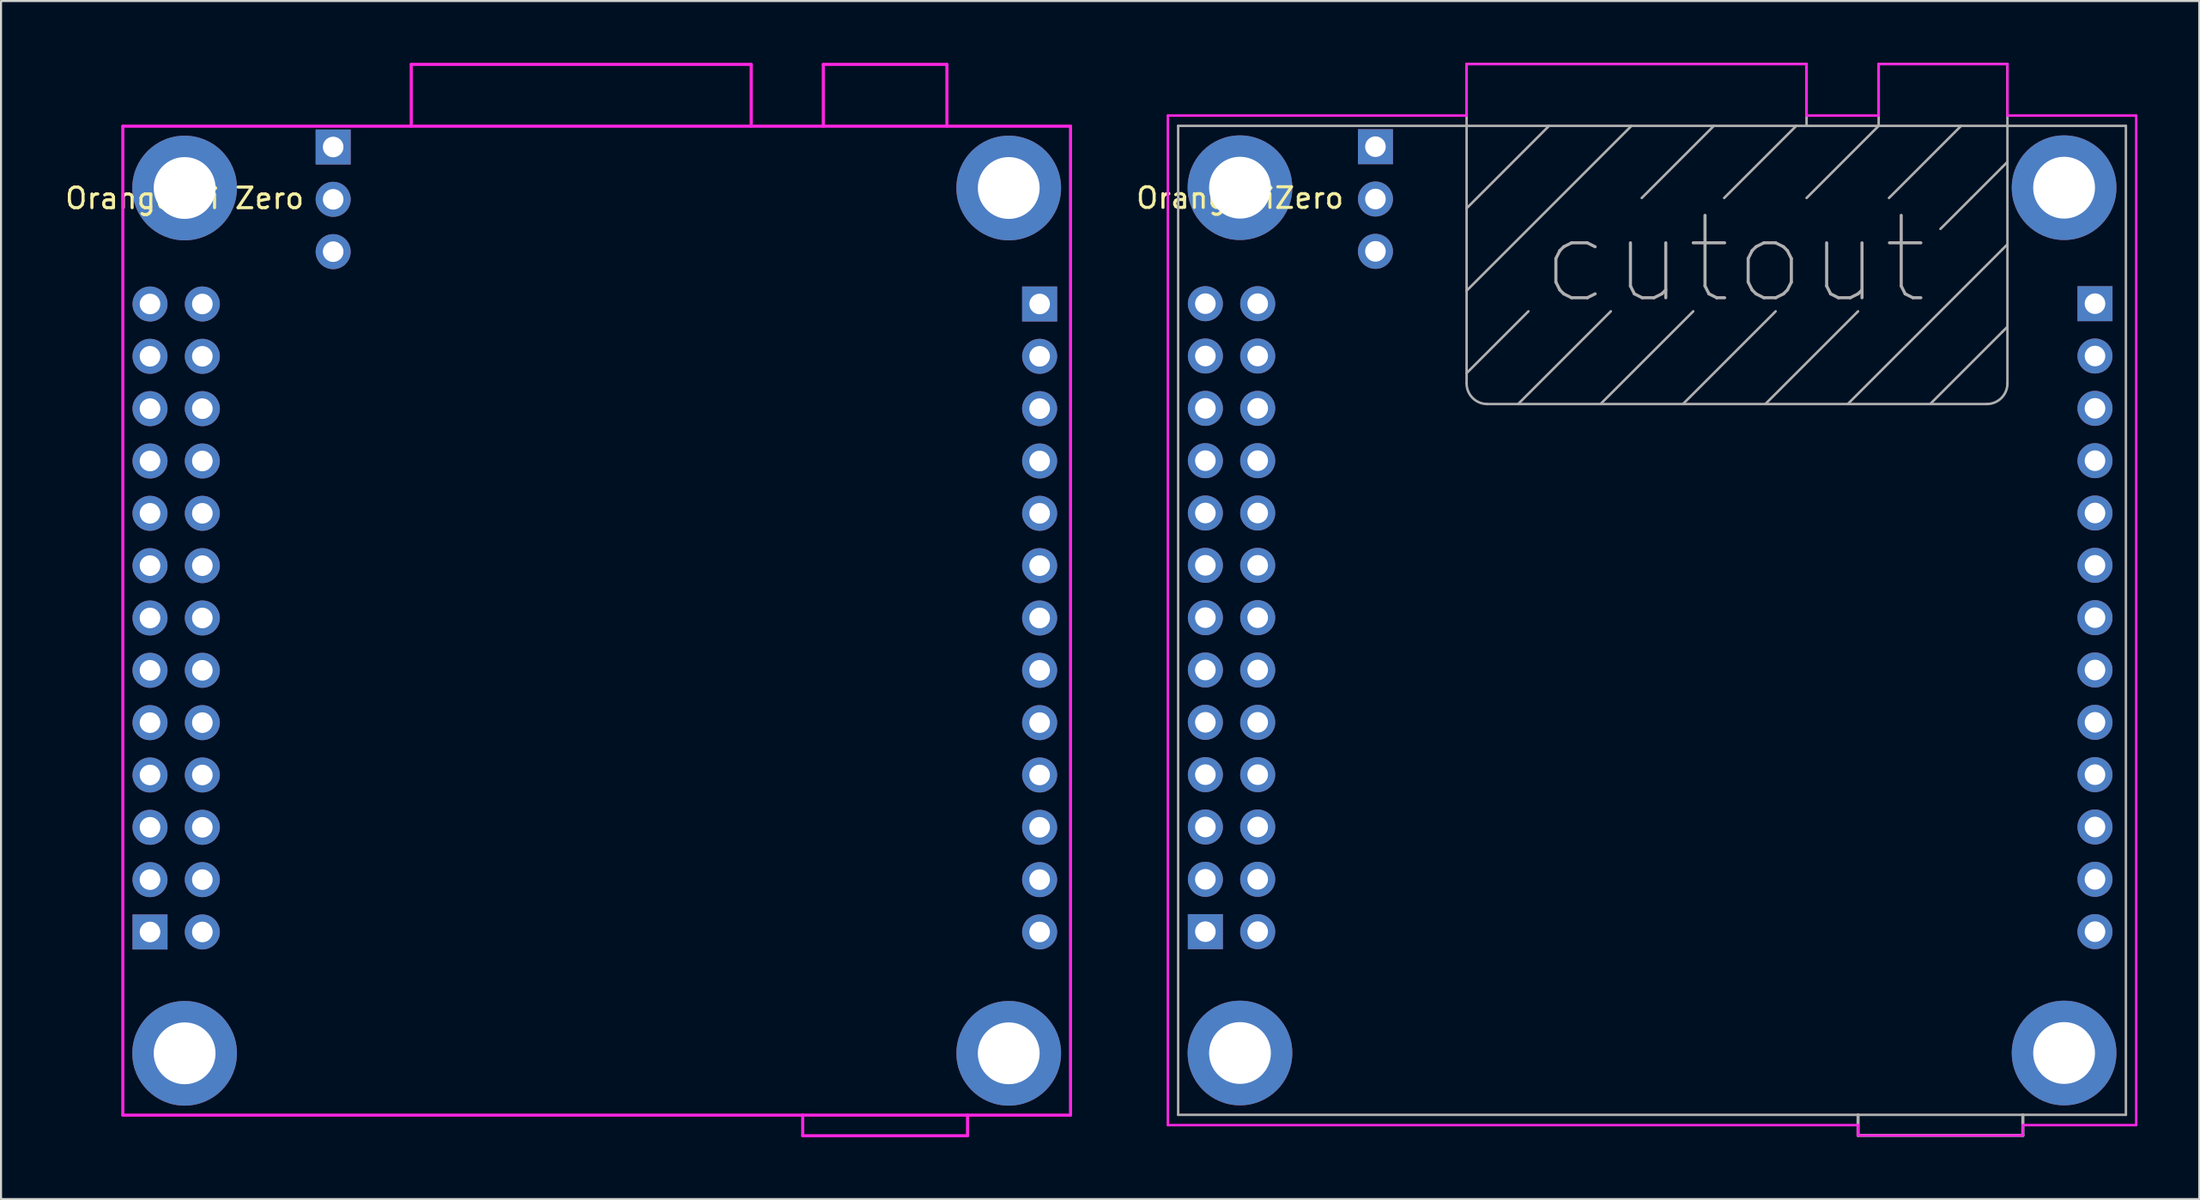
<source format=kicad_pcb>
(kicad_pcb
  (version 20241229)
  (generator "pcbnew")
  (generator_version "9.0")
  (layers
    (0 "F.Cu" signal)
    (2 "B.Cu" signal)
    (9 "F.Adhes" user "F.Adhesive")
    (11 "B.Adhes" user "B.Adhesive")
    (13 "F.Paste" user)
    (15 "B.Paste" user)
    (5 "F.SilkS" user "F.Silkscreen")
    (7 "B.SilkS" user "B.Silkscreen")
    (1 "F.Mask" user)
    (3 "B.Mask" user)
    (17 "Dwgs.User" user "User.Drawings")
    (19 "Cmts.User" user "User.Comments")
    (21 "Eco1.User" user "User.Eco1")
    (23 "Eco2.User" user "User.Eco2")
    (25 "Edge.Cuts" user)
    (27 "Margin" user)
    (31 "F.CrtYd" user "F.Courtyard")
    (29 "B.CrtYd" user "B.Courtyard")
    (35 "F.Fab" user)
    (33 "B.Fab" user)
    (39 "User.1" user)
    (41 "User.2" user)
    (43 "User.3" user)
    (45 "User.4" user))
  (footprint "OrangePiZero"
    (layer "F.Cu")
    (at 98.635 51.06)
    (property "Reference" "OrangePiZero" (at -41.5 -44.5 0) (layer "F.SilkS") (effects (font (size 1 1) (thickness 0.15))))
    (attr through_hole)
    (fp_line (start -45 -48.5) (end -45 0.5) (stroke (width 0.12) (type solid)) (layer "F.CrtYd"))
    (fp_line (start -45 0.5) (end -11.5 0.5) (stroke (width 0.12) (type solid)) (layer "F.CrtYd"))
    (fp_line (start -30.5 -51) (end -30.5 -48.5) (stroke (width 0.12) (type solid)) (layer "F.CrtYd"))
    (fp_line (start -30.5 -48.5) (end -45 -48.5) (stroke (width 0.12) (type solid)) (layer "F.CrtYd"))
    (fp_line (start -14 -51) (end -30.5 -51) (stroke (width 0.12) (type solid)) (layer "F.CrtYd"))
    (fp_line (start -14 -48.5) (end -14 -51) (stroke (width 0.12) (type solid)) (layer "F.CrtYd"))
    (fp_line (start -11.5 0.5) (end -11.5 1) (stroke (width 0.12) (type solid)) (layer "F.CrtYd"))
    (fp_line (start -11.5 1) (end -3.5 1) (stroke (width 0.12) (type solid)) (layer "F.CrtYd"))
    (fp_line (start -10.5 -51) (end -10.5 -48.5) (stroke (width 0.12) (type solid)) (layer "F.CrtYd"))
    (fp_line (start -10.5 -48.5) (end -14 -48.5) (stroke (width 0.12) (type solid)) (layer "F.CrtYd"))
    (fp_line (start -4.25 -51) (end -10.5 -51) (stroke (width 0.12) (type solid)) (layer "F.CrtYd"))
    (fp_line (start -4.25 -48.5) (end -4.25 -51) (stroke (width 0.12) (type solid)) (layer "F.CrtYd"))
    (fp_line (start -3.5 0.5) (end 2 0.5) (stroke (width 0.12) (type solid)) (layer "F.CrtYd"))
    (fp_line (start -3.5 1) (end -3.5 0.5) (stroke (width 0.12) (type solid)) (layer "F.CrtYd"))
    (fp_line (start 2 -48.5) (end -4.25 -48.5) (stroke (width 0.12) (type solid)) (layer "F.CrtYd"))
    (fp_line (start 2 0.5) (end 2 -48.5) (stroke (width 0.12) (type solid)) (layer "F.CrtYd"))
    (fp_line (start -44.5 -48) (end -44.5 0) (stroke (width 0.12) (type solid)) (layer "F.Fab"))
    (fp_line (start -44.5 0) (end 1.5 0) (stroke (width 0.12) (type solid)) (layer "F.Fab"))
    (fp_line (start -30.5 -51) (end -30.5 -48) (stroke (width 0.12) (type solid)) (layer "F.Fab"))
    (fp_line (start -30.5 -48) (end -30.5 -35.5) (stroke (width 0.12) (type solid)) (layer "F.Fab"))
    (fp_line (start -30.5 -44) (end -26.5 -48) (stroke (width 0.12) (type solid)) (layer "F.Fab"))
    (fp_line (start -30.5 -40) (end -22.5 -48) (stroke (width 0.12) (type solid)) (layer "F.Fab"))
    (fp_line (start -30.5 -36) (end -27.5 -39) (stroke (width 0.12) (type solid)) (layer "F.Fab"))
    (fp_line (start -28 -34.5) (end -23.5 -39) (stroke (width 0.12) (type solid)) (layer "F.Fab"))
    (fp_line (start -24 -34.5) (end -19.5 -39) (stroke (width 0.12) (type solid)) (layer "F.Fab"))
    (fp_line (start -20 -34.5) (end -15.5 -39) (stroke (width 0.12) (type solid)) (layer "F.Fab"))
    (fp_line (start -18.5 -48) (end -22 -44.5) (stroke (width 0.12) (type solid)) (layer "F.Fab"))
    (fp_line (start -16 -34.5) (end -11.5 -39) (stroke (width 0.12) (type solid)) (layer "F.Fab"))
    (fp_line (start -14.5 -48) (end -18 -44.5) (stroke (width 0.12) (type solid)) (layer "F.Fab"))
    (fp_line (start -14 -51) (end -30.5 -51) (stroke (width 0.12) (type solid)) (layer "F.Fab"))
    (fp_line (start -14 -51) (end -14 -48) (stroke (width 0.12) (type solid)) (layer "F.Fab"))
    (fp_line (start -11.5 1) (end -11.5 0) (stroke (width 0.15) (type solid)) (layer "F.Fab"))
    (fp_line (start -10.5 -51) (end -10.5 -48) (stroke (width 0.12) (type solid)) (layer "F.Fab"))
    (fp_line (start -10.5 -48) (end -14 -44.5) (stroke (width 0.12) (type solid)) (layer "F.Fab"))
    (fp_line (start -6.5 -48) (end -10 -44.5) (stroke (width 0.12) (type solid)) (layer "F.Fab"))
    (fp_line (start -6 -44.5) (end -7.5 -43) (stroke (width 0.12) (type solid)) (layer "F.Fab"))
    (fp_line (start -6 -44.5) (end -4.5 -46) (stroke (width 0.12) (type solid)) (layer "F.Fab"))
    (fp_line (start -5.25 -34.5) (end -29.5 -34.5) (stroke (width 0.12) (type solid)) (layer "F.Fab"))
    (fp_line (start -4.5 -46) (end -4.25 -46.25) (stroke (width 0.12) (type solid)) (layer "F.Fab"))
    (fp_line (start -4.5 -42) (end -12 -34.5) (stroke (width 0.12) (type solid)) (layer "F.Fab"))
    (fp_line (start -4.5 -42) (end -4.25 -42.25) (stroke (width 0.12) (type solid)) (layer "F.Fab"))
    (fp_line (start -4.5 -38) (end -8 -34.5) (stroke (width 0.12) (type solid)) (layer "F.Fab"))
    (fp_line (start -4.5 -38) (end -4.25 -38.25) (stroke (width 0.12) (type solid)) (layer "F.Fab"))
    (fp_line (start -4.25 -51) (end -10.5 -51) (stroke (width 0.12) (type solid)) (layer "F.Fab"))
    (fp_line (start -4.25 -51) (end -4.25 -48) (stroke (width 0.12) (type solid)) (layer "F.Fab"))
    (fp_line (start -4.25 -48) (end -4.25 -35.5) (stroke (width 0.12) (type solid)) (layer "F.Fab"))
    (fp_line (start -3.5 0) (end -3.5 1) (stroke (width 0.15) (type solid)) (layer "F.Fab"))
    (fp_line (start -3.5 1) (end -11.5 1) (stroke (width 0.15) (type solid)) (layer "F.Fab"))
    (fp_line (start 1.5 -48) (end -44.5 -48) (stroke (width 0.12) (type solid)) (layer "F.Fab"))
    (fp_line (start 1.5 0) (end 1.5 -48) (stroke (width 0.12) (type solid)) (layer "F.Fab"))
    (fp_arc (start -29.5 -34.5) (mid -30.207107 -34.792893) (end -30.5 -35.5) (stroke (width 0.12) (type solid)) (layer "F.Fab"))
    (fp_arc (start -4.25 -35.5) (mid -4.542893 -34.792893) (end -5.25 -34.5) (stroke (width 0.12) (type solid)) (layer "F.Fab"))
    (fp_text user "cutout" (at -17.5 -41.5 0) (layer "F.Fab") (effects (font (size 4 4) (thickness 0.15))))
    (pad "A01" thru_hole rect (at -43.18 -8.89) (size 1.7 1.7) (drill 1) (layers "*.Cu" "*.Mask"))
    (pad "A02" thru_hole circle (at -40.64 -8.89) (size 1.7 1.7) (drill 1) (layers "*.Cu" "*.Mask"))
    (pad "A03" thru_hole circle (at -43.18 -11.43) (size 1.7 1.7) (drill 1) (layers "*.Cu" "*.Mask"))
    (pad "A04" thru_hole circle (at -40.64 -11.43) (size 1.7 1.7) (drill 1) (layers "*.Cu" "*.Mask"))
    (pad "A05" thru_hole circle (at -43.18 -13.97) (size 1.7 1.7) (drill 1) (layers "*.Cu" "*.Mask"))
    (pad "A06" thru_hole circle (at -40.64 -13.97) (size 1.7 1.7) (drill 1) (layers "*.Cu" "*.Mask"))
    (pad "A07" thru_hole circle (at -43.18 -16.51) (size 1.7 1.7) (drill 1) (layers "*.Cu" "*.Mask"))
    (pad "A08" thru_hole circle (at -40.64 -16.51) (size 1.7 1.7) (drill 1) (layers "*.Cu" "*.Mask"))
    (pad "A09" thru_hole circle (at -43.18 -19.05) (size 1.7 1.7) (drill 1) (layers "*.Cu" "*.Mask"))
    (pad "A10" thru_hole circle (at -40.64 -19.05) (size 1.7 1.7) (drill 1) (layers "*.Cu" "*.Mask"))
    (pad "A11" thru_hole circle (at -43.18 -21.59) (size 1.7 1.7) (drill 1) (layers "*.Cu" "*.Mask"))
    (pad "A12" thru_hole circle (at -40.64 -21.59) (size 1.7 1.7) (drill 1) (layers "*.Cu" "*.Mask"))
    (pad "A13" thru_hole circle (at -43.18 -24.13) (size 1.7 1.7) (drill 1) (layers "*.Cu" "*.Mask"))
    (pad "A14" thru_hole circle (at -40.64 -24.13) (size 1.7 1.7) (drill 1) (layers "*.Cu" "*.Mask"))
    (pad "A15" thru_hole circle (at -43.18 -26.67) (size 1.7 1.7) (drill 1) (layers "*.Cu" "*.Mask"))
    (pad "A16" thru_hole circle (at -40.64 -26.67) (size 1.7 1.7) (drill 1) (layers "*.Cu" "*.Mask"))
    (pad "A17" thru_hole circle (at -43.18 -29.21) (size 1.7 1.7) (drill 1) (layers "*.Cu" "*.Mask"))
    (pad "A18" thru_hole circle (at -40.64 -29.21) (size 1.7 1.7) (drill 1) (layers "*.Cu" "*.Mask"))
    (pad "A19" thru_hole circle (at -43.18 -31.75) (size 1.7 1.7) (drill 1) (layers "*.Cu" "*.Mask"))
    (pad "A20" thru_hole circle (at -40.64 -31.75) (size 1.7 1.7) (drill 1) (layers "*.Cu" "*.Mask"))
    (pad "A21" thru_hole circle (at -43.18 -34.29) (size 1.7 1.7) (drill 1) (layers "*.Cu" "*.Mask"))
    (pad "A22" thru_hole circle (at -40.64 -34.29) (size 1.7 1.7) (drill 1) (layers "*.Cu" "*.Mask"))
    (pad "A23" thru_hole circle (at -43.18 -36.83) (size 1.7 1.7) (drill 1) (layers "*.Cu" "*.Mask"))
    (pad "A24" thru_hole circle (at -40.64 -36.83) (size 1.7 1.7) (drill 1) (layers "*.Cu" "*.Mask"))
    (pad "A25" thru_hole circle (at -43.18 -39.37) (size 1.7 1.7) (drill 1) (layers "*.Cu" "*.Mask"))
    (pad "A26" thru_hole circle (at -40.64 -39.37) (size 1.7 1.7) (drill 1) (layers "*.Cu" "*.Mask"))
    (pad "B01" thru_hole rect (at 0 -39.37) (size 1.7 1.7) (drill 1) (layers "*.Cu" "*.Mask"))
    (pad "B02" thru_hole circle (at 0 -36.83) (size 1.7 1.7) (drill 1) (layers "*.Cu" "*.Mask"))
    (pad "B03" thru_hole circle (at 0 -34.29) (size 1.7 1.7) (drill 1) (layers "*.Cu" "*.Mask"))
    (pad "B04" thru_hole circle (at 0 -31.75) (size 1.7 1.7) (drill 1) (layers "*.Cu" "*.Mask"))
    (pad "B05" thru_hole circle (at 0 -29.21) (size 1.7 1.7) (drill 1) (layers "*.Cu" "*.Mask"))
    (pad "B06" thru_hole circle (at 0 -26.67) (size 1.7 1.7) (drill 1) (layers "*.Cu" "*.Mask"))
    (pad "B07" thru_hole circle (at 0 -24.13) (size 1.7 1.7) (drill 1) (layers "*.Cu" "*.Mask"))
    (pad "B08" thru_hole circle (at 0 -21.59) (size 1.7 1.7) (drill 1) (layers "*.Cu" "*.Mask"))
    (pad "B09" thru_hole circle (at 0 -19.05) (size 1.7 1.7) (drill 1) (layers "*.Cu" "*.Mask"))
    (pad "B10" thru_hole circle (at 0 -16.51) (size 1.7 1.7) (drill 1) (layers "*.Cu" "*.Mask"))
    (pad "B11" thru_hole circle (at 0 -13.97) (size 1.7 1.7) (drill 1) (layers "*.Cu" "*.Mask"))
    (pad "B12" thru_hole circle (at 0 -11.43) (size 1.7 1.7) (drill 1) (layers "*.Cu" "*.Mask"))
    (pad "B13" thru_hole circle (at 0 -8.89) (size 1.7 1.7) (drill 1) (layers "*.Cu" "*.Mask"))
    (pad "C1" thru_hole rect (at -34.925 -46.99) (size 1.7 1.7) (drill 1) (layers "*.Cu" "*.Mask"))
    (pad "C2" thru_hole circle (at -34.925 -44.45) (size 1.7 1.7) (drill 1) (layers "*.Cu" "*.Mask"))
    (pad "C3" thru_hole circle (at -34.925 -41.91) (size 1.7 1.7) (drill 1) (layers "*.Cu" "*.Mask"))
    (pad "D1" thru_hole circle (at -41.5 -45) (size 5.08 5.08) (drill 3) (layers "*.Cu" "*.Mask"))
    (pad "D2" thru_hole circle (at -1.5 -45) (size 5.08 5.08) (drill 3) (layers "*.Cu" "*.Mask"))
    (pad "D3" thru_hole circle (at -41.5 -3) (size 5.08 5.08) (drill 3) (layers "*.Cu" "*.Mask"))
    (pad "D4" thru_hole circle (at -1.5 -3) (size 5.08 5.08) (drill 3) (layers "*.Cu" "*.Mask")))
  (footprint "Orange Pi Zero"
    (layer "F.Cu")
    (at 47.411 51.075)
    (property "Reference" "Orange Pi Zero" (at -41.5 -44.5 0) (layer "F.SilkS") (effects (font (size 1 1) (thickness 0.15))))
    (attr through_hole)
    (fp_line (start -44.5 -48) (end 1.5 -48) (stroke (width 0.15) (type solid)) (layer "F.CrtYd"))
    (fp_line (start -44.5 0) (end -44.5 -48) (stroke (width 0.15) (type solid)) (layer "F.CrtYd"))
    (fp_line (start -30.5 -51) (end -14 -51) (stroke (width 0.15) (type solid)) (layer "F.CrtYd"))
    (fp_line (start -30.5 -48) (end -30.5 -51) (stroke (width 0.15) (type solid)) (layer "F.CrtYd"))
    (fp_line (start -14 -51) (end -14 -48) (stroke (width 0.15) (type solid)) (layer "F.CrtYd"))
    (fp_line (start -11.5 1) (end -11.5 0) (stroke (width 0.15) (type solid)) (layer "F.CrtYd"))
    (fp_line (start -10.5 -51) (end -10.5 -48) (stroke (width 0.15) (type solid)) (layer "F.CrtYd"))
    (fp_line (start -10.5 -51) (end -4.5 -51) (stroke (width 0.15) (type solid)) (layer "F.CrtYd"))
    (fp_line (start -4.5 -51) (end -4.5 -48) (stroke (width 0.15) (type solid)) (layer "F.CrtYd"))
    (fp_line (start -3.5 0) (end -3.5 1) (stroke (width 0.15) (type solid)) (layer "F.CrtYd"))
    (fp_line (start -3.5 1) (end -11.5 1) (stroke (width 0.15) (type solid)) (layer "F.CrtYd"))
    (fp_line (start 1.5 -48) (end 1.5 0) (stroke (width 0.15) (type solid)) (layer "F.CrtYd"))
    (fp_line (start 1.5 0) (end -44.5 0) (stroke (width 0.15) (type solid)) (layer "F.CrtYd"))
    (pad "A01" thru_hole rect (at -43.18 -8.89) (size 1.7 1.7) (drill 1) (layers "*.Cu" "*.Mask"))
    (pad "A02" thru_hole circle (at -40.64 -8.89) (size 1.7 1.7) (drill 1) (layers "*.Cu" "*.Mask"))
    (pad "A03" thru_hole circle (at -43.18 -11.43) (size 1.7 1.7) (drill 1) (layers "*.Cu" "*.Mask"))
    (pad "A04" thru_hole circle (at -40.64 -11.43) (size 1.7 1.7) (drill 1) (layers "*.Cu" "*.Mask"))
    (pad "A05" thru_hole circle (at -43.18 -13.97) (size 1.7 1.7) (drill 1) (layers "*.Cu" "*.Mask"))
    (pad "A06" thru_hole circle (at -40.64 -13.97) (size 1.7 1.7) (drill 1) (layers "*.Cu" "*.Mask"))
    (pad "A07" thru_hole circle (at -43.18 -16.51) (size 1.7 1.7) (drill 1) (layers "*.Cu" "*.Mask"))
    (pad "A08" thru_hole circle (at -40.64 -16.51) (size 1.7 1.7) (drill 1) (layers "*.Cu" "*.Mask"))
    (pad "A09" thru_hole circle (at -43.18 -19.05) (size 1.7 1.7) (drill 1) (layers "*.Cu" "*.Mask"))
    (pad "A10" thru_hole circle (at -40.64 -19.05) (size 1.7 1.7) (drill 1) (layers "*.Cu" "*.Mask"))
    (pad "A11" thru_hole circle (at -43.18 -21.59) (size 1.7 1.7) (drill 1) (layers "*.Cu" "*.Mask"))
    (pad "A12" thru_hole circle (at -40.64 -21.59) (size 1.7 1.7) (drill 1) (layers "*.Cu" "*.Mask"))
    (pad "A13" thru_hole circle (at -43.18 -24.13) (size 1.7 1.7) (drill 1) (layers "*.Cu" "*.Mask"))
    (pad "A14" thru_hole circle (at -40.64 -24.13) (size 1.7 1.7) (drill 1) (layers "*.Cu" "*.Mask"))
    (pad "A15" thru_hole circle (at -43.18 -26.67) (size 1.7 1.7) (drill 1) (layers "*.Cu" "*.Mask"))
    (pad "A16" thru_hole circle (at -40.64 -26.67) (size 1.7 1.7) (drill 1) (layers "*.Cu" "*.Mask"))
    (pad "A17" thru_hole circle (at -43.18 -29.21) (size 1.7 1.7) (drill 1) (layers "*.Cu" "*.Mask"))
    (pad "A18" thru_hole circle (at -40.64 -29.21) (size 1.7 1.7) (drill 1) (layers "*.Cu" "*.Mask"))
    (pad "A19" thru_hole circle (at -43.18 -31.75) (size 1.7 1.7) (drill 1) (layers "*.Cu" "*.Mask"))
    (pad "A20" thru_hole circle (at -40.64 -31.75) (size 1.7 1.7) (drill 1) (layers "*.Cu" "*.Mask"))
    (pad "A21" thru_hole circle (at -43.18 -34.29) (size 1.7 1.7) (drill 1) (layers "*.Cu" "*.Mask"))
    (pad "A22" thru_hole circle (at -40.64 -34.29) (size 1.7 1.7) (drill 1) (layers "*.Cu" "*.Mask"))
    (pad "A23" thru_hole circle (at -43.18 -36.83) (size 1.7 1.7) (drill 1) (layers "*.Cu" "*.Mask"))
    (pad "A24" thru_hole circle (at -40.64 -36.83) (size 1.7 1.7) (drill 1) (layers "*.Cu" "*.Mask"))
    (pad "A25" thru_hole circle (at -43.18 -39.37) (size 1.7 1.7) (drill 1) (layers "*.Cu" "*.Mask"))
    (pad "A26" thru_hole circle (at -40.64 -39.37) (size 1.7 1.7) (drill 1) (layers "*.Cu" "*.Mask"))
    (pad "B01" thru_hole rect (at 0 -39.37) (size 1.7 1.7) (drill 1) (layers "*.Cu" "*.Mask"))
    (pad "B02" thru_hole circle (at 0 -36.83) (size 1.7 1.7) (drill 1) (layers "*.Cu" "*.Mask"))
    (pad "B03" thru_hole circle (at 0 -34.29) (size 1.7 1.7) (drill 1) (layers "*.Cu" "*.Mask"))
    (pad "B04" thru_hole circle (at 0 -31.75) (size 1.7 1.7) (drill 1) (layers "*.Cu" "*.Mask"))
    (pad "B05" thru_hole circle (at 0 -29.21) (size 1.7 1.7) (drill 1) (layers "*.Cu" "*.Mask"))
    (pad "B06" thru_hole circle (at 0 -26.67) (size 1.7 1.7) (drill 1) (layers "*.Cu" "*.Mask"))
    (pad "B07" thru_hole circle (at 0 -24.13) (size 1.7 1.7) (drill 1) (layers "*.Cu" "*.Mask"))
    (pad "B08" thru_hole circle (at 0 -21.59) (size 1.7 1.7) (drill 1) (layers "*.Cu" "*.Mask"))
    (pad "B09" thru_hole circle (at 0 -19.05) (size 1.7 1.7) (drill 1) (layers "*.Cu" "*.Mask"))
    (pad "B10" thru_hole circle (at 0 -16.51) (size 1.7 1.7) (drill 1) (layers "*.Cu" "*.Mask"))
    (pad "B11" thru_hole circle (at 0 -13.97) (size 1.7 1.7) (drill 1) (layers "*.Cu" "*.Mask"))
    (pad "B12" thru_hole circle (at 0 -11.43) (size 1.7 1.7) (drill 1) (layers "*.Cu" "*.Mask"))
    (pad "B13" thru_hole circle (at 0 -8.89) (size 1.7 1.7) (drill 1) (layers "*.Cu" "*.Mask"))
    (pad "C1" thru_hole rect (at -34.29 -46.99) (size 1.7 1.7) (drill 1) (layers "*.Cu" "*.Mask"))
    (pad "C2" thru_hole circle (at -34.29 -44.45) (size 1.7 1.7) (drill 1) (layers "*.Cu" "*.Mask"))
    (pad "C3" thru_hole circle (at -34.29 -41.91) (size 1.7 1.7) (drill 1) (layers "*.Cu" "*.Mask"))
    (pad "D1" thru_hole circle (at -41.5 -45) (size 5.08 5.08) (drill 3) (layers "*.Cu" "*.Mask"))
    (pad "D2" thru_hole circle (at -1.5 -45) (size 5.08 5.08) (drill 3) (layers "*.Cu" "*.Mask"))
    (pad "D3" thru_hole circle (at -41.5 -3) (size 5.08 5.08) (drill 3) (layers "*.Cu" "*.Mask"))
    (pad "D4" thru_hole circle (at -1.5 -3) (size 5.08 5.08) (drill 3) (layers "*.Cu" "*.Mask")))
  (gr_rect
    (start -3 -3)
    (end 103.695 55.15)
    (stroke (width 0.1) (type default))
    (fill no)
    (layer "Edge.Cuts")))
</source>
